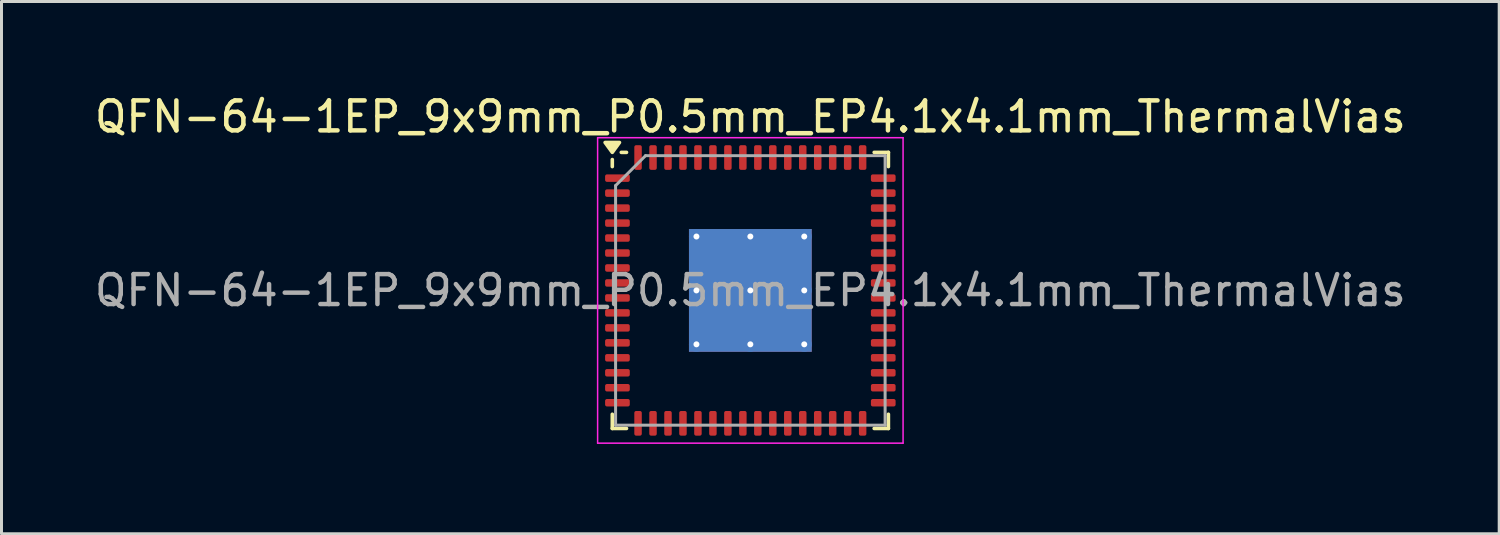
<source format=kicad_pcb>
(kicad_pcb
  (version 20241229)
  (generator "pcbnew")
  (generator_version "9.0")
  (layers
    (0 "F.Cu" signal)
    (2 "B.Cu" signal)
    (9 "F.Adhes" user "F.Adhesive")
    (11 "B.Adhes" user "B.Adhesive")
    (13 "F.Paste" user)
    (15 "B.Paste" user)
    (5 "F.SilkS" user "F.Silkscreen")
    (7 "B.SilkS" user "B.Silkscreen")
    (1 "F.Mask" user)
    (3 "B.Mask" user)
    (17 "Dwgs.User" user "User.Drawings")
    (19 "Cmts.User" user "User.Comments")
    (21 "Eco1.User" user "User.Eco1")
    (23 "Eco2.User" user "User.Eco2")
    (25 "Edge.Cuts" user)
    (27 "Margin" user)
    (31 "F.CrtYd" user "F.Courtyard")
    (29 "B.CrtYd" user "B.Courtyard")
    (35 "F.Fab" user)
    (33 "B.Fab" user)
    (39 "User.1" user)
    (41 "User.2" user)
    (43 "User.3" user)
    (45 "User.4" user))
  (footprint "QFN-64-1EP_9x9mm_P0.5mm_EP4.1x4.1mm_ThermalVias"
    (layer "F.Cu")
    (at 22.006 6.648)
    (property "Reference" "QFN-64-1EP_9x9mm_P0.5mm_EP4.1x4.1mm_ThermalVias" (at 0 -5.8 0) (layer "F.SilkS") (effects (font (size 1 1) (thickness 0.15))))
    (attr smd)
    (fp_line (start -4.61 -4.135) (end -4.61 -4.37) (stroke (width 0.12) (type solid)) (layer "F.SilkS"))
    (fp_line (start -4.61 4.61) (end -4.61 4.135) (stroke (width 0.12) (type solid)) (layer "F.SilkS"))
    (fp_line (start -4.135 -4.61) (end -4.31 -4.61) (stroke (width 0.12) (type solid)) (layer "F.SilkS"))
    (fp_line (start -4.135 4.61) (end -4.61 4.61) (stroke (width 0.12) (type solid)) (layer "F.SilkS"))
    (fp_line (start 4.135 -4.61) (end 4.61 -4.61) (stroke (width 0.12) (type solid)) (layer "F.SilkS"))
    (fp_line (start 4.135 4.61) (end 4.61 4.61) (stroke (width 0.12) (type solid)) (layer "F.SilkS"))
    (fp_line (start 4.61 -4.61) (end 4.61 -4.135) (stroke (width 0.12) (type solid)) (layer "F.SilkS"))
    (fp_line (start 4.61 4.61) (end 4.61 4.135) (stroke (width 0.12) (type solid)) (layer "F.SilkS"))
    (fp_poly (pts (xy -4.61 -4.61) (xy -4.85 -4.94) (xy -4.37 -4.94) (xy -4.61 -4.61)) (stroke (width 0.12) (type solid)) (fill yes) (layer "F.SilkS"))
    (fp_line (start -5.1 -5.1) (end -5.1 5.1) (stroke (width 0.05) (type solid)) (layer "F.CrtYd"))
    (fp_line (start -5.1 5.1) (end 5.1 5.1) (stroke (width 0.05) (type solid)) (layer "F.CrtYd"))
    (fp_line (start 5.1 -5.1) (end -5.1 -5.1) (stroke (width 0.05) (type solid)) (layer "F.CrtYd"))
    (fp_line (start 5.1 5.1) (end 5.1 -5.1) (stroke (width 0.05) (type solid)) (layer "F.CrtYd"))
    (fp_line (start -4.5 -3.5) (end -3.5 -4.5) (stroke (width 0.1) (type solid)) (layer "F.Fab"))
    (fp_line (start -4.5 4.5) (end -4.5 -3.5) (stroke (width 0.1) (type solid)) (layer "F.Fab"))
    (fp_line (start -3.5 -4.5) (end 4.5 -4.5) (stroke (width 0.1) (type solid)) (layer "F.Fab"))
    (fp_line (start 4.5 -4.5) (end 4.5 4.5) (stroke (width 0.1) (type solid)) (layer "F.Fab"))
    (fp_line (start 4.5 4.5) (end -4.5 4.5) (stroke (width 0.1) (type solid)) (layer "F.Fab"))
    (fp_text user "${REFERENCE}" (at 0 0 0) (layer "F.Fab") (effects (font (size 1 1) (thickness 0.15))))
    (pad "" smd roundrect (at -0.9 -0.9) (size 1.653 1.653) (layers "F.Paste") (roundrect_rratio 0.151))
    (pad "" smd roundrect (at -0.9 0.9) (size 1.653 1.653) (layers "F.Paste") (roundrect_rratio 0.151))
    (pad "" smd roundrect (at 0.9 -0.9) (size 1.653 1.653) (layers "F.Paste") (roundrect_rratio 0.151))
    (pad "" smd roundrect (at 0.9 0.9) (size 1.653 1.653) (layers "F.Paste") (roundrect_rratio 0.151))
    (pad "1" smd roundrect (at -4.438 -3.75) (size 0.825 0.25) (layers "F.Cu" "F.Mask" "F.Paste") (roundrect_rratio 0.25))
    (pad "2" smd roundrect (at -4.438 -3.25) (size 0.825 0.25) (layers "F.Cu" "F.Mask" "F.Paste") (roundrect_rratio 0.25))
    (pad "3" smd roundrect (at -4.438 -2.75) (size 0.825 0.25) (layers "F.Cu" "F.Mask" "F.Paste") (roundrect_rratio 0.25))
    (pad "4" smd roundrect (at -4.438 -2.25) (size 0.825 0.25) (layers "F.Cu" "F.Mask" "F.Paste") (roundrect_rratio 0.25))
    (pad "5" smd roundrect (at -4.438 -1.75) (size 0.825 0.25) (layers "F.Cu" "F.Mask" "F.Paste") (roundrect_rratio 0.25))
    (pad "6" smd roundrect (at -4.438 -1.25) (size 0.825 0.25) (layers "F.Cu" "F.Mask" "F.Paste") (roundrect_rratio 0.25))
    (pad "7" smd roundrect (at -4.438 -0.75) (size 0.825 0.25) (layers "F.Cu" "F.Mask" "F.Paste") (roundrect_rratio 0.25))
    (pad "8" smd roundrect (at -4.438 -0.25) (size 0.825 0.25) (layers "F.Cu" "F.Mask" "F.Paste") (roundrect_rratio 0.25))
    (pad "9" smd roundrect (at -4.438 0.25) (size 0.825 0.25) (layers "F.Cu" "F.Mask" "F.Paste") (roundrect_rratio 0.25))
    (pad "10" smd roundrect (at -4.438 0.75) (size 0.825 0.25) (layers "F.Cu" "F.Mask" "F.Paste") (roundrect_rratio 0.25))
    (pad "11" smd roundrect (at -4.438 1.25) (size 0.825 0.25) (layers "F.Cu" "F.Mask" "F.Paste") (roundrect_rratio 0.25))
    (pad "12" smd roundrect (at -4.438 1.75) (size 0.825 0.25) (layers "F.Cu" "F.Mask" "F.Paste") (roundrect_rratio 0.25))
    (pad "13" smd roundrect (at -4.438 2.25) (size 0.825 0.25) (layers "F.Cu" "F.Mask" "F.Paste") (roundrect_rratio 0.25))
    (pad "14" smd roundrect (at -4.438 2.75) (size 0.825 0.25) (layers "F.Cu" "F.Mask" "F.Paste") (roundrect_rratio 0.25))
    (pad "15" smd roundrect (at -4.438 3.25) (size 0.825 0.25) (layers "F.Cu" "F.Mask" "F.Paste") (roundrect_rratio 0.25))
    (pad "16" smd roundrect (at -4.438 3.75) (size 0.825 0.25) (layers "F.Cu" "F.Mask" "F.Paste") (roundrect_rratio 0.25))
    (pad "17" smd roundrect (at -3.75 4.438) (size 0.25 0.825) (layers "F.Cu" "F.Mask" "F.Paste") (roundrect_rratio 0.25))
    (pad "18" smd roundrect (at -3.25 4.438) (size 0.25 0.825) (layers "F.Cu" "F.Mask" "F.Paste") (roundrect_rratio 0.25))
    (pad "19" smd roundrect (at -2.75 4.438) (size 0.25 0.825) (layers "F.Cu" "F.Mask" "F.Paste") (roundrect_rratio 0.25))
    (pad "20" smd roundrect (at -2.25 4.438) (size 0.25 0.825) (layers "F.Cu" "F.Mask" "F.Paste") (roundrect_rratio 0.25))
    (pad "21" smd roundrect (at -1.75 4.438) (size 0.25 0.825) (layers "F.Cu" "F.Mask" "F.Paste") (roundrect_rratio 0.25))
    (pad "22" smd roundrect (at -1.25 4.438) (size 0.25 0.825) (layers "F.Cu" "F.Mask" "F.Paste") (roundrect_rratio 0.25))
    (pad "23" smd roundrect (at -0.75 4.438) (size 0.25 0.825) (layers "F.Cu" "F.Mask" "F.Paste") (roundrect_rratio 0.25))
    (pad "24" smd roundrect (at -0.25 4.438) (size 0.25 0.825) (layers "F.Cu" "F.Mask" "F.Paste") (roundrect_rratio 0.25))
    (pad "25" smd roundrect (at 0.25 4.438) (size 0.25 0.825) (layers "F.Cu" "F.Mask" "F.Paste") (roundrect_rratio 0.25))
    (pad "26" smd roundrect (at 0.75 4.438) (size 0.25 0.825) (layers "F.Cu" "F.Mask" "F.Paste") (roundrect_rratio 0.25))
    (pad "27" smd roundrect (at 1.25 4.438) (size 0.25 0.825) (layers "F.Cu" "F.Mask" "F.Paste") (roundrect_rratio 0.25))
    (pad "28" smd roundrect (at 1.75 4.438) (size 0.25 0.825) (layers "F.Cu" "F.Mask" "F.Paste") (roundrect_rratio 0.25))
    (pad "29" smd roundrect (at 2.25 4.438) (size 0.25 0.825) (layers "F.Cu" "F.Mask" "F.Paste") (roundrect_rratio 0.25))
    (pad "30" smd roundrect (at 2.75 4.438) (size 0.25 0.825) (layers "F.Cu" "F.Mask" "F.Paste") (roundrect_rratio 0.25))
    (pad "31" smd roundrect (at 3.25 4.438) (size 0.25 0.825) (layers "F.Cu" "F.Mask" "F.Paste") (roundrect_rratio 0.25))
    (pad "32" smd roundrect (at 3.75 4.438) (size 0.25 0.825) (layers "F.Cu" "F.Mask" "F.Paste") (roundrect_rratio 0.25))
    (pad "33" smd roundrect (at 4.438 3.75) (size 0.825 0.25) (layers "F.Cu" "F.Mask" "F.Paste") (roundrect_rratio 0.25))
    (pad "34" smd roundrect (at 4.438 3.25) (size 0.825 0.25) (layers "F.Cu" "F.Mask" "F.Paste") (roundrect_rratio 0.25))
    (pad "35" smd roundrect (at 4.438 2.75) (size 0.825 0.25) (layers "F.Cu" "F.Mask" "F.Paste") (roundrect_rratio 0.25))
    (pad "36" smd roundrect (at 4.438 2.25) (size 0.825 0.25) (layers "F.Cu" "F.Mask" "F.Paste") (roundrect_rratio 0.25))
    (pad "37" smd roundrect (at 4.438 1.75) (size 0.825 0.25) (layers "F.Cu" "F.Mask" "F.Paste") (roundrect_rratio 0.25))
    (pad "38" smd roundrect (at 4.438 1.25) (size 0.825 0.25) (layers "F.Cu" "F.Mask" "F.Paste") (roundrect_rratio 0.25))
    (pad "39" smd roundrect (at 4.438 0.75) (size 0.825 0.25) (layers "F.Cu" "F.Mask" "F.Paste") (roundrect_rratio 0.25))
    (pad "40" smd roundrect (at 4.438 0.25) (size 0.825 0.25) (layers "F.Cu" "F.Mask" "F.Paste") (roundrect_rratio 0.25))
    (pad "41" smd roundrect (at 4.438 -0.25) (size 0.825 0.25) (layers "F.Cu" "F.Mask" "F.Paste") (roundrect_rratio 0.25))
    (pad "42" smd roundrect (at 4.438 -0.75) (size 0.825 0.25) (layers "F.Cu" "F.Mask" "F.Paste") (roundrect_rratio 0.25))
    (pad "43" smd roundrect (at 4.438 -1.25) (size 0.825 0.25) (layers "F.Cu" "F.Mask" "F.Paste") (roundrect_rratio 0.25))
    (pad "44" smd roundrect (at 4.438 -1.75) (size 0.825 0.25) (layers "F.Cu" "F.Mask" "F.Paste") (roundrect_rratio 0.25))
    (pad "45" smd roundrect (at 4.438 -2.25) (size 0.825 0.25) (layers "F.Cu" "F.Mask" "F.Paste") (roundrect_rratio 0.25))
    (pad "46" smd roundrect (at 4.438 -2.75) (size 0.825 0.25) (layers "F.Cu" "F.Mask" "F.Paste") (roundrect_rratio 0.25))
    (pad "47" smd roundrect (at 4.438 -3.25) (size 0.825 0.25) (layers "F.Cu" "F.Mask" "F.Paste") (roundrect_rratio 0.25))
    (pad "48" smd roundrect (at 4.438 -3.75) (size 0.825 0.25) (layers "F.Cu" "F.Mask" "F.Paste") (roundrect_rratio 0.25))
    (pad "49" smd roundrect (at 3.75 -4.438) (size 0.25 0.825) (layers "F.Cu" "F.Mask" "F.Paste") (roundrect_rratio 0.25))
    (pad "50" smd roundrect (at 3.25 -4.438) (size 0.25 0.825) (layers "F.Cu" "F.Mask" "F.Paste") (roundrect_rratio 0.25))
    (pad "51" smd roundrect (at 2.75 -4.438) (size 0.25 0.825) (layers "F.Cu" "F.Mask" "F.Paste") (roundrect_rratio 0.25))
    (pad "52" smd roundrect (at 2.25 -4.438) (size 0.25 0.825) (layers "F.Cu" "F.Mask" "F.Paste") (roundrect_rratio 0.25))
    (pad "53" smd roundrect (at 1.75 -4.438) (size 0.25 0.825) (layers "F.Cu" "F.Mask" "F.Paste") (roundrect_rratio 0.25))
    (pad "54" smd roundrect (at 1.25 -4.438) (size 0.25 0.825) (layers "F.Cu" "F.Mask" "F.Paste") (roundrect_rratio 0.25))
    (pad "55" smd roundrect (at 0.75 -4.438) (size 0.25 0.825) (layers "F.Cu" "F.Mask" "F.Paste") (roundrect_rratio 0.25))
    (pad "56" smd roundrect (at 0.25 -4.438) (size 0.25 0.825) (layers "F.Cu" "F.Mask" "F.Paste") (roundrect_rratio 0.25))
    (pad "57" smd roundrect (at -0.25 -4.438) (size 0.25 0.825) (layers "F.Cu" "F.Mask" "F.Paste") (roundrect_rratio 0.25))
    (pad "58" smd roundrect (at -0.75 -4.438) (size 0.25 0.825) (layers "F.Cu" "F.Mask" "F.Paste") (roundrect_rratio 0.25))
    (pad "59" smd roundrect (at -1.25 -4.438) (size 0.25 0.825) (layers "F.Cu" "F.Mask" "F.Paste") (roundrect_rratio 0.25))
    (pad "60" smd roundrect (at -1.75 -4.438) (size 0.25 0.825) (layers "F.Cu" "F.Mask" "F.Paste") (roundrect_rratio 0.25))
    (pad "61" smd roundrect (at -2.25 -4.438) (size 0.25 0.825) (layers "F.Cu" "F.Mask" "F.Paste") (roundrect_rratio 0.25))
    (pad "62" smd roundrect (at -2.75 -4.438) (size 0.25 0.825) (layers "F.Cu" "F.Mask" "F.Paste") (roundrect_rratio 0.25))
    (pad "63" smd roundrect (at -3.25 -4.438) (size 0.25 0.825) (layers "F.Cu" "F.Mask" "F.Paste") (roundrect_rratio 0.25))
    (pad "64" smd roundrect (at -3.75 -4.438) (size 0.25 0.825) (layers "F.Cu" "F.Mask" "F.Paste") (roundrect_rratio 0.25))
    (pad "65" thru_hole circle (at -1.8 -1.8) (size 0.5 0.5) (drill 0.2) (property pad_prop_heatsink) (layers "*.Cu"))
    (pad "65" thru_hole circle (at -1.8 0) (size 0.5 0.5) (drill 0.2) (property pad_prop_heatsink) (layers "*.Cu"))
    (pad "65" thru_hole circle (at -1.8 1.8) (size 0.5 0.5) (drill 0.2) (property pad_prop_heatsink) (layers "*.Cu"))
    (pad "65" thru_hole circle (at 0 -1.8) (size 0.5 0.5) (drill 0.2) (property pad_prop_heatsink) (layers "*.Cu"))
    (pad "65" thru_hole circle (at 0 0) (size 0.5 0.5) (drill 0.2) (property pad_prop_heatsink) (layers "*.Cu"))
    (pad "65" smd rect (at 0 0) (size 4.1 4.1) (property pad_prop_heatsink) (layers "F.Cu" "F.Mask"))
    (pad "65" smd rect (at 0 0) (size 4.1 4.1) (property pad_prop_heatsink) (layers "B.Cu"))
    (pad "65" thru_hole circle (at 0 1.8) (size 0.5 0.5) (drill 0.2) (property pad_prop_heatsink) (layers "*.Cu"))
    (pad "65" thru_hole circle (at 1.8 -1.8) (size 0.5 0.5) (drill 0.2) (property pad_prop_heatsink) (layers "*.Cu"))
    (pad "65" thru_hole circle (at 1.8 0) (size 0.5 0.5) (drill 0.2) (property pad_prop_heatsink) (layers "*.Cu"))
    (pad "65" thru_hole circle (at 1.8 1.8) (size 0.5 0.5) (drill 0.2) (property pad_prop_heatsink) (layers "*.Cu")))
  (gr_rect
    (start -3 -3)
    (end 47.012 14.773)
    (stroke (width 0.1) (type default))
    (fill no)
    (layer "Edge.Cuts")))
</source>
